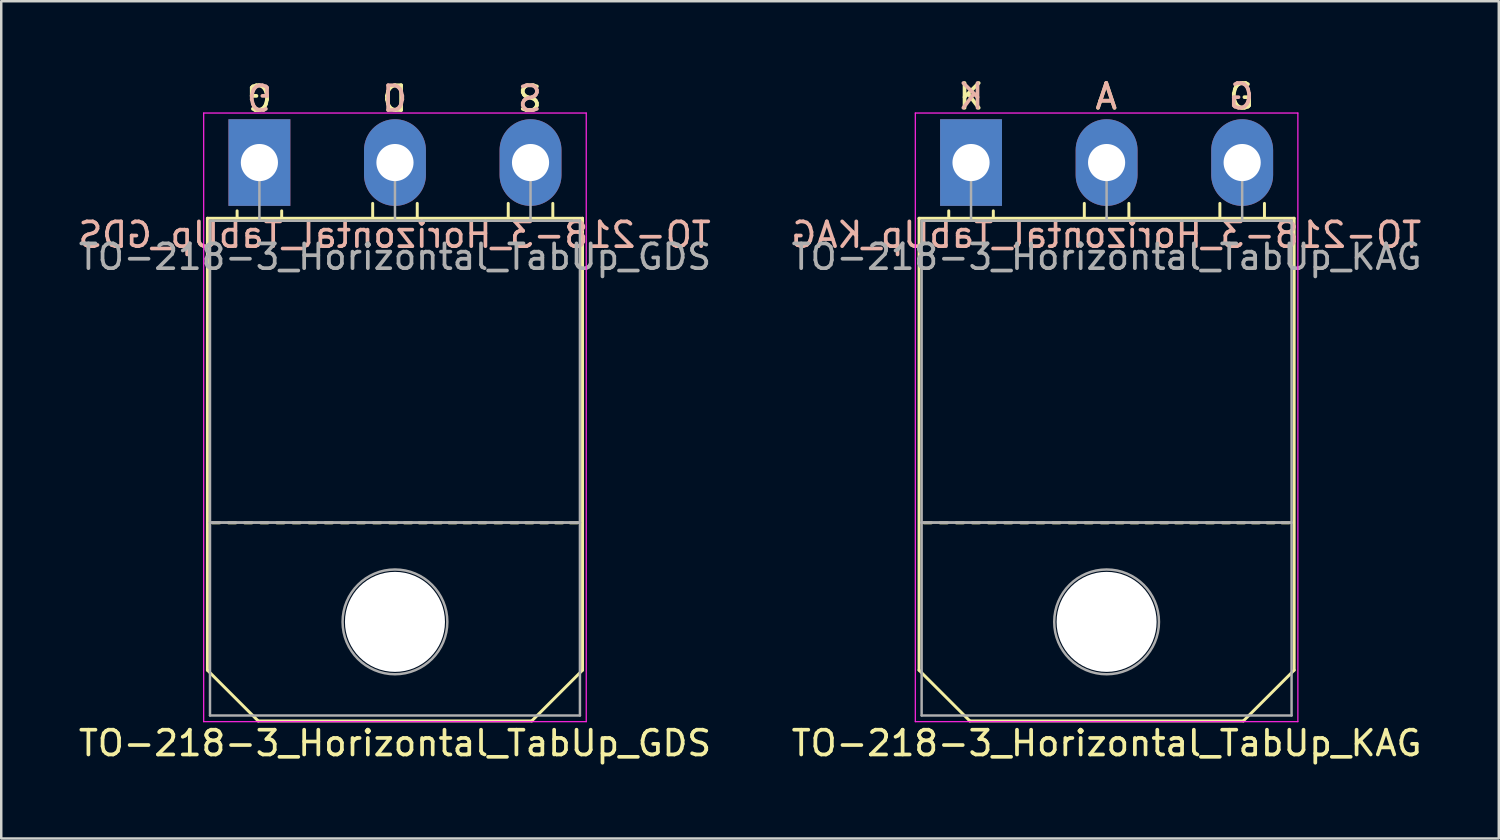
<source format=kicad_pcb>
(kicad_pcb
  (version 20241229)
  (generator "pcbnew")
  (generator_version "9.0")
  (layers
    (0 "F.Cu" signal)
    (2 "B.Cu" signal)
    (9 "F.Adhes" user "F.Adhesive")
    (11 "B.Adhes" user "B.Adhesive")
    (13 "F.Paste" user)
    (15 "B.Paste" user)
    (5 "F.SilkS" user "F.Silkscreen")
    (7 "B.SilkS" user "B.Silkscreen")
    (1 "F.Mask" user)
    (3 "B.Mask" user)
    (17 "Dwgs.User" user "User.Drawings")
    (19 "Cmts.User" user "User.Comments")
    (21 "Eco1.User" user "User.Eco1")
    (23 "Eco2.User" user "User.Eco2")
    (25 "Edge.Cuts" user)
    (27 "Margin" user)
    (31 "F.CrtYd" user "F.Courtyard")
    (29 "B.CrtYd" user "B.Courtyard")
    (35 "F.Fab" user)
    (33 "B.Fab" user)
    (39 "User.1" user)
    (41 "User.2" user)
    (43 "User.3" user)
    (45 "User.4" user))
  (footprint "TO-218-3_Horizontal_TabUp_GDS"
    (layer "F.Cu")
    (at 7.426 3.515)
    (property "Reference" "TO-218-3_Horizontal_TabUp_GDS" (at 5.475 23.45 0) (layer "F.SilkS") (effects (font (size 1 1) (thickness 0.15))))
    (fp_line (start -2.1 2.25) (end 13.05 2.25) (stroke (width 0.12) (type solid)) (layer "F.SilkS"))
    (fp_line (start -2.1 20.5) (end -2.1 2.25) (stroke (width 0.12) (type solid)) (layer "F.SilkS"))
    (fp_line (start -2.1 20.5) (end -0.05 22.55) (stroke (width 0.12) (type solid)) (layer "F.SilkS"))
    (fp_line (start -1.6 14.55) (end -1.9 14.55) (stroke (width 0.12) (type solid)) (layer "F.SilkS"))
    (fp_line (start -0.95 14.55) (end -1.25 14.55) (stroke (width 0.12) (type solid)) (layer "F.SilkS"))
    (fp_line (start -0.9 2.2) (end -0.9 1.95) (stroke (width 0.12) (type solid)) (layer "F.SilkS"))
    (fp_line (start -0.3 14.55) (end -0.6 14.55) (stroke (width 0.12) (type solid)) (layer "F.SilkS"))
    (fp_line (start 0.35 14.55) (end 0.05 14.55) (stroke (width 0.12) (type solid)) (layer "F.SilkS"))
    (fp_line (start 0.9 2.2) (end 0.9 1.95) (stroke (width 0.12) (type solid)) (layer "F.SilkS"))
    (fp_line (start 1 14.55) (end 0.7 14.55) (stroke (width 0.12) (type solid)) (layer "F.SilkS"))
    (fp_line (start 1.65 14.55) (end 1.35 14.55) (stroke (width 0.12) (type solid)) (layer "F.SilkS"))
    (fp_line (start 2.3 14.55) (end 2 14.55) (stroke (width 0.12) (type solid)) (layer "F.SilkS"))
    (fp_line (start 2.95 14.55) (end 2.65 14.55) (stroke (width 0.12) (type solid)) (layer "F.SilkS"))
    (fp_line (start 3.6 14.55) (end 3.3 14.55) (stroke (width 0.12) (type solid)) (layer "F.SilkS"))
    (fp_line (start 4.25 14.55) (end 3.95 14.55) (stroke (width 0.12) (type solid)) (layer "F.SilkS"))
    (fp_line (start 4.575 2.2) (end 4.575 1.65) (stroke (width 0.12) (type solid)) (layer "F.SilkS"))
    (fp_line (start 4.9 14.55) (end 4.6 14.55) (stroke (width 0.12) (type solid)) (layer "F.SilkS"))
    (fp_line (start 5.55 14.55) (end 5.25 14.55) (stroke (width 0.12) (type solid)) (layer "F.SilkS"))
    (fp_line (start 6.15 14.55) (end 5.85 14.55) (stroke (width 0.12) (type solid)) (layer "F.SilkS"))
    (fp_line (start 6.375 2.2) (end 6.375 1.65) (stroke (width 0.12) (type solid)) (layer "F.SilkS"))
    (fp_line (start 6.75 14.55) (end 6.45 14.55) (stroke (width 0.12) (type solid)) (layer "F.SilkS"))
    (fp_line (start 7.35 14.55) (end 7.05 14.55) (stroke (width 0.12) (type solid)) (layer "F.SilkS"))
    (fp_line (start 7.95 14.55) (end 7.65 14.55) (stroke (width 0.12) (type solid)) (layer "F.SilkS"))
    (fp_line (start 8.55 14.55) (end 8.25 14.55) (stroke (width 0.12) (type solid)) (layer "F.SilkS"))
    (fp_line (start 9.15 14.55) (end 8.85 14.55) (stroke (width 0.12) (type solid)) (layer "F.SilkS"))
    (fp_line (start 9.8 14.55) (end 9.5 14.55) (stroke (width 0.12) (type solid)) (layer "F.SilkS"))
    (fp_line (start 10.05 2.2) (end 10.05 1.65) (stroke (width 0.12) (type solid)) (layer "F.SilkS"))
    (fp_line (start 10.45 14.55) (end 10.15 14.55) (stroke (width 0.12) (type solid)) (layer "F.SilkS"))
    (fp_line (start 11 22.55) (end -0.05 22.55) (stroke (width 0.12) (type solid)) (layer "F.SilkS"))
    (fp_line (start 11.05 14.55) (end 10.75 14.55) (stroke (width 0.12) (type solid)) (layer "F.SilkS"))
    (fp_line (start 11.65 14.55) (end 11.35 14.55) (stroke (width 0.12) (type solid)) (layer "F.SilkS"))
    (fp_line (start 11.85 2.2) (end 11.85 1.65) (stroke (width 0.12) (type solid)) (layer "F.SilkS"))
    (fp_line (start 12.25 14.55) (end 11.95 14.55) (stroke (width 0.12) (type solid)) (layer "F.SilkS"))
    (fp_line (start 12.85 14.55) (end 12.55 14.55) (stroke (width 0.12) (type solid)) (layer "F.SilkS"))
    (fp_line (start 13.05 2.25) (end 13.05 20.5) (stroke (width 0.12) (type solid)) (layer "F.SilkS"))
    (fp_line (start 13.05 20.5) (end 11 22.55) (stroke (width 0.12) (type solid)) (layer "F.SilkS"))
    (fp_line (start -2.25 -2) (end -2.25 22.58) (stroke (width 0.05) (type solid)) (layer "F.CrtYd"))
    (fp_line (start -2.25 22.58) (end 13.2 22.58) (stroke (width 0.05) (type solid)) (layer "F.CrtYd"))
    (fp_line (start 13.2 -2) (end -2.25 -2) (stroke (width 0.05) (type solid)) (layer "F.CrtYd"))
    (fp_line (start 13.2 22.58) (end 13.2 -2) (stroke (width 0.05) (type solid)) (layer "F.CrtYd"))
    (fp_line (start -1.995 2.35) (end -1.995 14.54) (stroke (width 0.1) (type solid)) (layer "F.Fab"))
    (fp_line (start -1.995 14.54) (end -1.995 22.33) (stroke (width 0.1) (type solid)) (layer "F.Fab"))
    (fp_line (start -1.995 14.54) (end 12.945 14.54) (stroke (width 0.1) (type solid)) (layer "F.Fab"))
    (fp_line (start -1.995 22.33) (end 12.945 22.33) (stroke (width 0.1) (type solid)) (layer "F.Fab"))
    (fp_line (start 0 2.35) (end 0 0) (stroke (width 0.1) (type solid)) (layer "F.Fab"))
    (fp_line (start 5.475 2.35) (end 5.475 0) (stroke (width 0.1) (type solid)) (layer "F.Fab"))
    (fp_line (start 10.95 2.35) (end 10.95 0) (stroke (width 0.1) (type solid)) (layer "F.Fab"))
    (fp_line (start 12.945 2.35) (end -1.995 2.35) (stroke (width 0.1) (type solid)) (layer "F.Fab"))
    (fp_line (start 12.945 14.54) (end -1.995 14.54) (stroke (width 0.1) (type solid)) (layer "F.Fab"))
    (fp_line (start 12.945 14.54) (end 12.945 2.35) (stroke (width 0.1) (type solid)) (layer "F.Fab"))
    (fp_line (start 12.945 22.33) (end 12.945 14.54) (stroke (width 0.1) (type solid)) (layer "F.Fab"))
    (fp_circle (center 5.475 18.55) (end 7.59 18.55) (stroke (width 0.1) (type solid)) (fill no) (layer "F.Fab"))
    (fp_text user "G" (at 0 -2.667 180) (unlocked yes) (layer "F.SilkS") (effects (font (size 1 1) (thickness 0.15))))
    (fp_text user "S" (at 10.922 -2.667 180) (unlocked yes) (layer "F.SilkS") (effects (font (size 1 1) (thickness 0.15))))
    (fp_text user "D" (at 5.461 -2.667 180) (unlocked yes) (layer "F.SilkS") (effects (font (size 1 1) (thickness 0.15))))
    (fp_text user "G" (at 0 -2.667 180) (unlocked yes) (layer "B.SilkS") (effects (font (size 1 1) (thickness 0.15)) (justify mirror)))
    (fp_text user "${REFERENCE}" (at 5.461 2.921 0) (layer "B.SilkS") (effects (font (size 1 1) (thickness 0.15)) (justify mirror)))
    (fp_text user "D" (at 5.461 -2.667 180) (unlocked yes) (layer "B.SilkS") (effects (font (size 1 1) (thickness 0.15)) (justify mirror)))
    (fp_text user "S" (at 10.922 -2.667 180) (unlocked yes) (layer "B.SilkS") (effects (font (size 1 1) (thickness 0.15)) (justify mirror)))
    (fp_text user "${REFERENCE}" (at 5.475 3.81 0) (layer "F.Fab") (effects (font (size 1 1) (thickness 0.15))))
    (pad "" np_thru_hole oval (at 5.475 18.55) (size 4.04 4.04) (drill 4.04) (layers "*.Cu" "*.Mask"))
    (pad "1" thru_hole rect (at 0 0) (size 2.5 3.5) (drill 1.5) (layers "*.Cu" "*.Mask"))
    (pad "2" thru_hole oval (at 5.475 0) (size 2.5 3.5) (drill 1.5) (layers "*.Cu" "*.Mask"))
    (pad "3" thru_hole oval (at 10.95 0) (size 2.5 3.5) (drill 1.5) (layers "*.Cu" "*.Mask")))
  (footprint "TO-218-3_Horizontal_TabUp_KAG"
    (layer "F.Cu")
    (at 36.166 3.515)
    (property "Reference" "TO-218-3_Horizontal_TabUp_KAG" (at 5.475 23.45 0) (layer "F.SilkS") (effects (font (size 1 1) (thickness 0.15))))
    (fp_line (start -2.1 2.25) (end 13.05 2.25) (stroke (width 0.12) (type solid)) (layer "F.SilkS"))
    (fp_line (start -2.1 20.5) (end -2.1 2.25) (stroke (width 0.12) (type solid)) (layer "F.SilkS"))
    (fp_line (start -2.1 20.5) (end -0.05 22.55) (stroke (width 0.12) (type solid)) (layer "F.SilkS"))
    (fp_line (start -1.6 14.55) (end -1.9 14.55) (stroke (width 0.12) (type solid)) (layer "F.SilkS"))
    (fp_line (start -0.95 14.55) (end -1.25 14.55) (stroke (width 0.12) (type solid)) (layer "F.SilkS"))
    (fp_line (start -0.9 2.2) (end -0.9 1.95) (stroke (width 0.12) (type solid)) (layer "F.SilkS"))
    (fp_line (start -0.3 14.55) (end -0.6 14.55) (stroke (width 0.12) (type solid)) (layer "F.SilkS"))
    (fp_line (start 0.35 14.55) (end 0.05 14.55) (stroke (width 0.12) (type solid)) (layer "F.SilkS"))
    (fp_line (start 0.9 2.2) (end 0.9 1.95) (stroke (width 0.12) (type solid)) (layer "F.SilkS"))
    (fp_line (start 1 14.55) (end 0.7 14.55) (stroke (width 0.12) (type solid)) (layer "F.SilkS"))
    (fp_line (start 1.65 14.55) (end 1.35 14.55) (stroke (width 0.12) (type solid)) (layer "F.SilkS"))
    (fp_line (start 2.3 14.55) (end 2 14.55) (stroke (width 0.12) (type solid)) (layer "F.SilkS"))
    (fp_line (start 2.95 14.55) (end 2.65 14.55) (stroke (width 0.12) (type solid)) (layer "F.SilkS"))
    (fp_line (start 3.6 14.55) (end 3.3 14.55) (stroke (width 0.12) (type solid)) (layer "F.SilkS"))
    (fp_line (start 4.25 14.55) (end 3.95 14.55) (stroke (width 0.12) (type solid)) (layer "F.SilkS"))
    (fp_line (start 4.575 2.2) (end 4.575 1.65) (stroke (width 0.12) (type solid)) (layer "F.SilkS"))
    (fp_line (start 4.9 14.55) (end 4.6 14.55) (stroke (width 0.12) (type solid)) (layer "F.SilkS"))
    (fp_line (start 5.55 14.55) (end 5.25 14.55) (stroke (width 0.12) (type solid)) (layer "F.SilkS"))
    (fp_line (start 6.15 14.55) (end 5.85 14.55) (stroke (width 0.12) (type solid)) (layer "F.SilkS"))
    (fp_line (start 6.375 2.2) (end 6.375 1.65) (stroke (width 0.12) (type solid)) (layer "F.SilkS"))
    (fp_line (start 6.75 14.55) (end 6.45 14.55) (stroke (width 0.12) (type solid)) (layer "F.SilkS"))
    (fp_line (start 7.35 14.55) (end 7.05 14.55) (stroke (width 0.12) (type solid)) (layer "F.SilkS"))
    (fp_line (start 7.95 14.55) (end 7.65 14.55) (stroke (width 0.12) (type solid)) (layer "F.SilkS"))
    (fp_line (start 8.55 14.55) (end 8.25 14.55) (stroke (width 0.12) (type solid)) (layer "F.SilkS"))
    (fp_line (start 9.15 14.55) (end 8.85 14.55) (stroke (width 0.12) (type solid)) (layer "F.SilkS"))
    (fp_line (start 9.8 14.55) (end 9.5 14.55) (stroke (width 0.12) (type solid)) (layer "F.SilkS"))
    (fp_line (start 10.05 2.2) (end 10.05 1.65) (stroke (width 0.12) (type solid)) (layer "F.SilkS"))
    (fp_line (start 10.45 14.55) (end 10.15 14.55) (stroke (width 0.12) (type solid)) (layer "F.SilkS"))
    (fp_line (start 11 22.55) (end -0.05 22.55) (stroke (width 0.12) (type solid)) (layer "F.SilkS"))
    (fp_line (start 11.05 14.55) (end 10.75 14.55) (stroke (width 0.12) (type solid)) (layer "F.SilkS"))
    (fp_line (start 11.65 14.55) (end 11.35 14.55) (stroke (width 0.12) (type solid)) (layer "F.SilkS"))
    (fp_line (start 11.85 2.2) (end 11.85 1.65) (stroke (width 0.12) (type solid)) (layer "F.SilkS"))
    (fp_line (start 12.25 14.55) (end 11.95 14.55) (stroke (width 0.12) (type solid)) (layer "F.SilkS"))
    (fp_line (start 12.85 14.55) (end 12.55 14.55) (stroke (width 0.12) (type solid)) (layer "F.SilkS"))
    (fp_line (start 13.05 2.25) (end 13.05 20.5) (stroke (width 0.12) (type solid)) (layer "F.SilkS"))
    (fp_line (start 13.05 20.5) (end 11 22.55) (stroke (width 0.12) (type solid)) (layer "F.SilkS"))
    (fp_line (start -2.25 -2) (end -2.25 22.58) (stroke (width 0.05) (type solid)) (layer "F.CrtYd"))
    (fp_line (start -2.25 22.58) (end 13.2 22.58) (stroke (width 0.05) (type solid)) (layer "F.CrtYd"))
    (fp_line (start 13.2 -2) (end -2.25 -2) (stroke (width 0.05) (type solid)) (layer "F.CrtYd"))
    (fp_line (start 13.2 22.58) (end 13.2 -2) (stroke (width 0.05) (type solid)) (layer "F.CrtYd"))
    (fp_line (start -1.995 2.35) (end -1.995 14.54) (stroke (width 0.1) (type solid)) (layer "F.Fab"))
    (fp_line (start -1.995 14.54) (end -1.995 22.33) (stroke (width 0.1) (type solid)) (layer "F.Fab"))
    (fp_line (start -1.995 14.54) (end 12.945 14.54) (stroke (width 0.1) (type solid)) (layer "F.Fab"))
    (fp_line (start -1.995 22.33) (end 12.945 22.33) (stroke (width 0.1) (type solid)) (layer "F.Fab"))
    (fp_line (start 0 2.35) (end 0 0) (stroke (width 0.1) (type solid)) (layer "F.Fab"))
    (fp_line (start 5.475 2.35) (end 5.475 0) (stroke (width 0.1) (type solid)) (layer "F.Fab"))
    (fp_line (start 10.95 2.35) (end 10.95 0) (stroke (width 0.1) (type solid)) (layer "F.Fab"))
    (fp_line (start 12.945 2.35) (end -1.995 2.35) (stroke (width 0.1) (type solid)) (layer "F.Fab"))
    (fp_line (start 12.945 14.54) (end -1.995 14.54) (stroke (width 0.1) (type solid)) (layer "F.Fab"))
    (fp_line (start 12.945 14.54) (end 12.945 2.35) (stroke (width 0.1) (type solid)) (layer "F.Fab"))
    (fp_line (start 12.945 22.33) (end 12.945 14.54) (stroke (width 0.1) (type solid)) (layer "F.Fab"))
    (fp_circle (center 5.475 18.55) (end 7.59 18.55) (stroke (width 0.1) (type solid)) (fill no) (layer "F.Fab"))
    (fp_text user "A" (at 5.461 -2.667 0) (unlocked yes) (layer "F.SilkS") (effects (font (size 1 1) (thickness 0.15))))
    (fp_text user "K" (at 0 -2.667 0) (unlocked yes) (layer "F.SilkS") (effects (font (size 1 1) (thickness 0.15))))
    (fp_text user "G" (at 10.922 -2.667 0) (unlocked yes) (layer "F.SilkS") (effects (font (size 1 1) (thickness 0.15))))
    (fp_text user "K" (at 0 -2.667 0) (unlocked yes) (layer "B.SilkS") (effects (font (size 1 1) (thickness 0.15)) (justify mirror)))
    (fp_text user "${REFERENCE}" (at 5.461 2.921 0) (layer "B.SilkS") (effects (font (size 1 1) (thickness 0.15)) (justify mirror)))
    (fp_text user "G" (at 10.922 -2.667 0) (unlocked yes) (layer "B.SilkS") (effects (font (size 1 1) (thickness 0.15)) (justify mirror)))
    (fp_text user "A" (at 5.461 -2.667 0) (unlocked yes) (layer "B.SilkS") (effects (font (size 1 1) (thickness 0.15)) (justify mirror)))
    (fp_text user "${REFERENCE}" (at 5.475 3.81 0) (layer "F.Fab") (effects (font (size 1 1) (thickness 0.15))))
    (pad "" np_thru_hole oval (at 5.475 18.55) (size 4.04 4.04) (drill 4.04) (layers "*.Cu" "*.Mask"))
    (pad "1" thru_hole rect (at 0 0) (size 2.5 3.5) (drill 1.5) (layers "*.Cu" "*.Mask"))
    (pad "2" thru_hole oval (at 5.475 0) (size 2.5 3.5) (drill 1.5) (layers "*.Cu" "*.Mask"))
    (pad "3" thru_hole oval (at 10.95 0) (size 2.5 3.5) (drill 1.5) (layers "*.Cu" "*.Mask")))
  (gr_rect
    (start -3 -3)
    (end 57.48 30.814)
    (stroke (width 0.1) (type default))
    (fill no)
    (layer "Edge.Cuts")))
</source>
